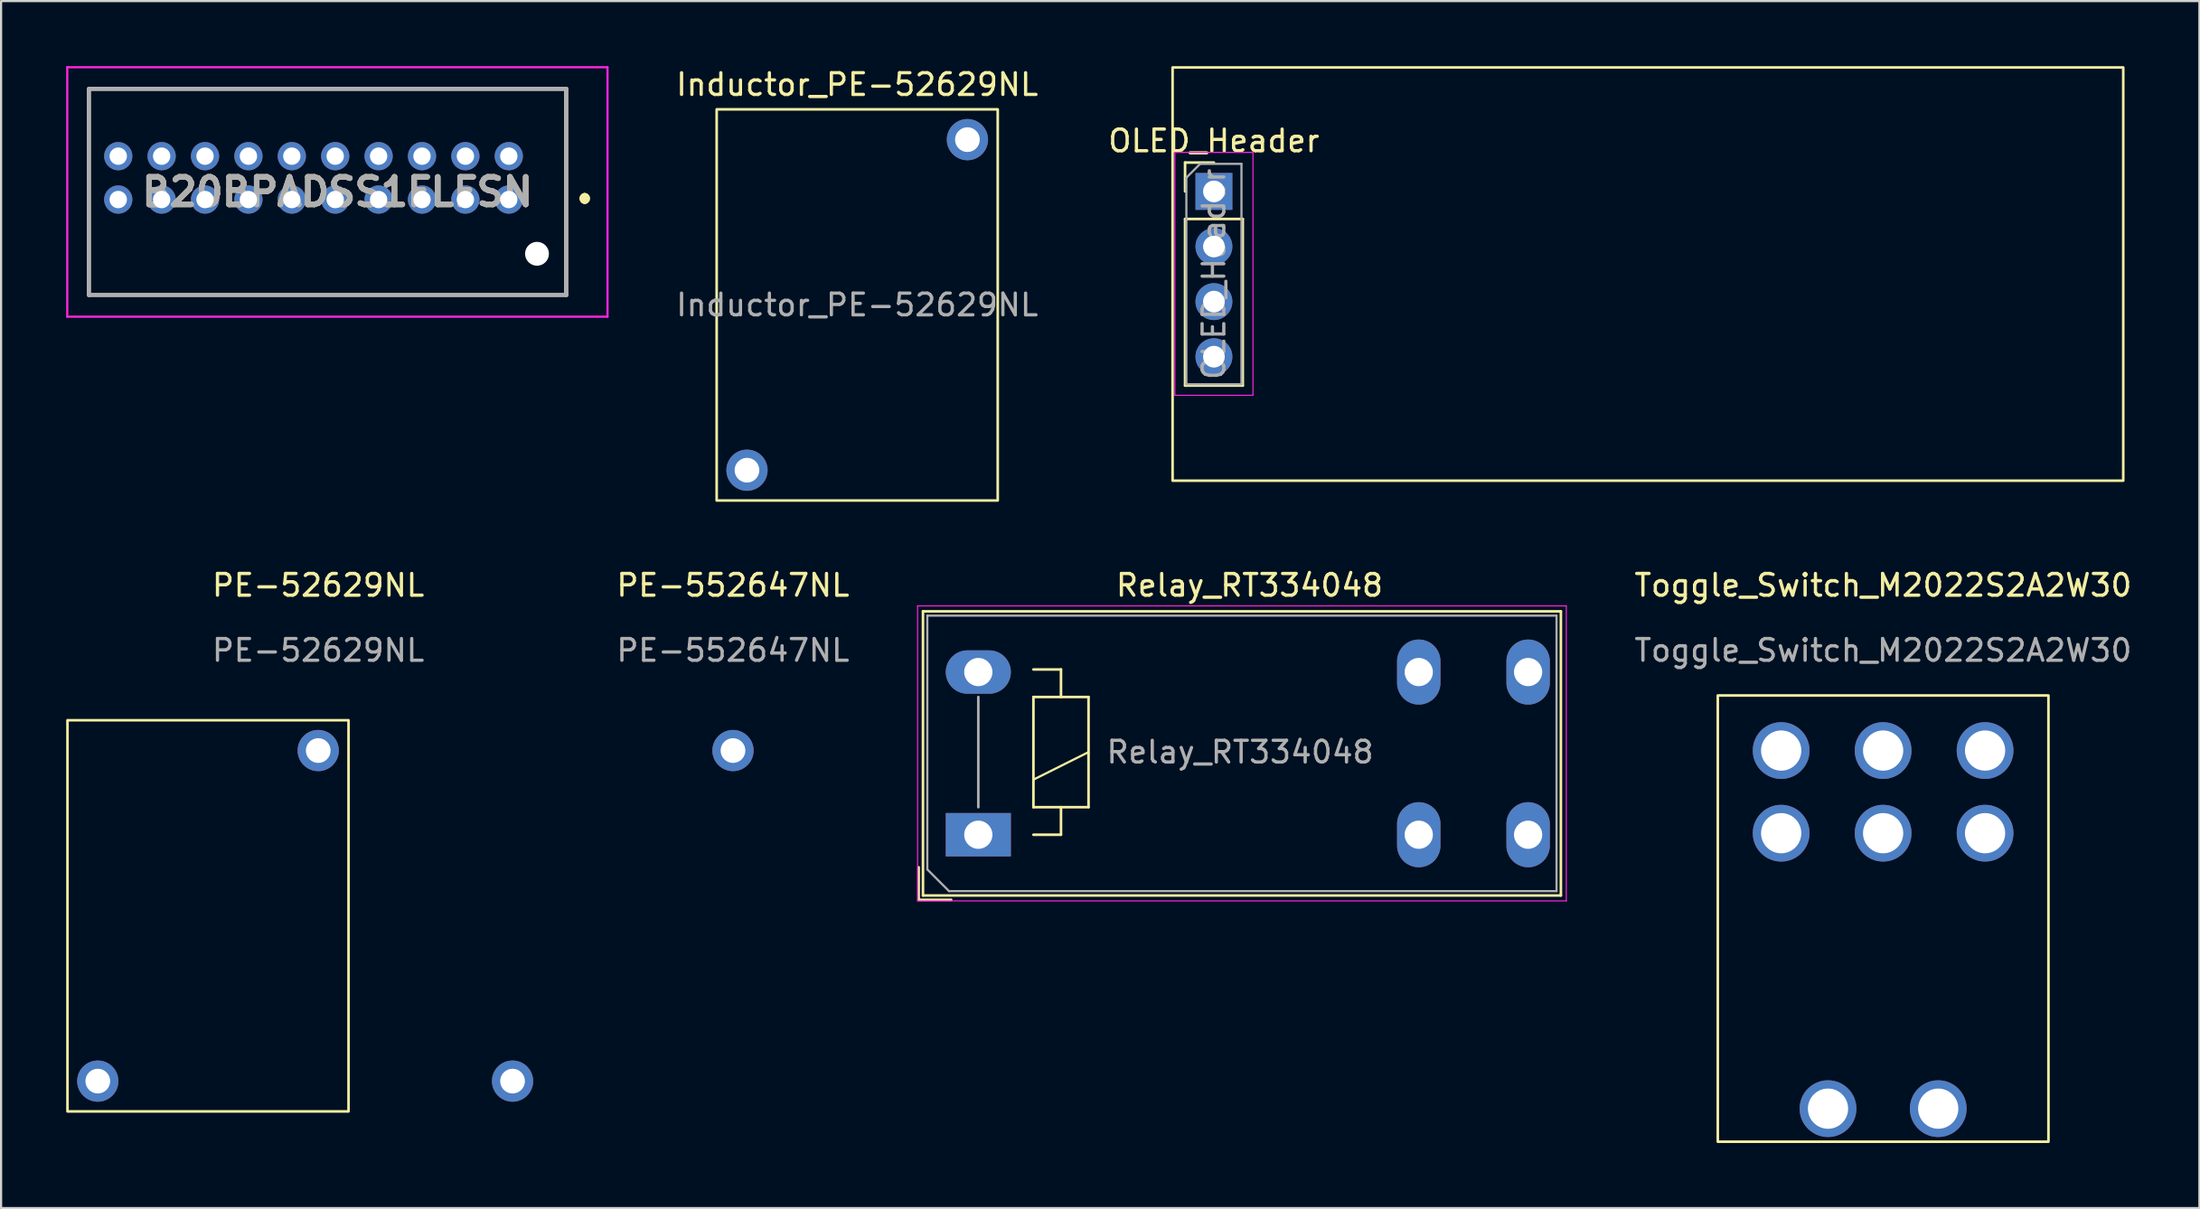
<source format=kicad_pcb>
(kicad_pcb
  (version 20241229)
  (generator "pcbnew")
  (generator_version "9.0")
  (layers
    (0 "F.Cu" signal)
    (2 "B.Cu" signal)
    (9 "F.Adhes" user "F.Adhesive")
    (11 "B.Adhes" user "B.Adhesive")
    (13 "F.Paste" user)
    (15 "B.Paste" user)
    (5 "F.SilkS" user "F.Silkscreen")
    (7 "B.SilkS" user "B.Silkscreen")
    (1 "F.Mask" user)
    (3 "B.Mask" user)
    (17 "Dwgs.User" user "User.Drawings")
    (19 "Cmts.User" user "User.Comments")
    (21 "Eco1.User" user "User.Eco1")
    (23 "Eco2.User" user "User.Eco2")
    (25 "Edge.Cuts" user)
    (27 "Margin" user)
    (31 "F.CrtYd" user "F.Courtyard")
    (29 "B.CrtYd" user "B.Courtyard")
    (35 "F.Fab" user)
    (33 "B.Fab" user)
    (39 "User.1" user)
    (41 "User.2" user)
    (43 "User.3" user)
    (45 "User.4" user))
  (footprint "PE-552647NL"
    (layer "F.Cu")
    (at 30.733 31.553)
    (property "Reference" "PE-552647NL" (at 0 -7.62 0) (unlocked yes) (layer "F.SilkS") (effects (font (size 1 1) (thickness 0.15))))
    (attr through_hole)
    (fp_text user "${REFERENCE}" (at 0 -4.62 0) (unlocked yes) (layer "F.Fab") (effects (font (size 1 1) (thickness 0.15))))
    (pad "1" thru_hole circle (at 0 0) (size 1.9 1.9) (drill 1.14) (layers "*.Cu" "*.Mask"))
    (pad "2" thru_hole circle (at -10.16 15.24) (size 1.9 1.9) (drill 1.14) (layers "*.Cu" "*.Mask")))
  (footprint "PE-52629NL"
    (layer "F.Cu")
    (at 11.617 31.553)
    (property "Reference" "PE-52629NL" (at 0 -7.62 0) (unlocked yes) (layer "F.SilkS") (effects (font (size 1 1) (thickness 0.15))))
    (attr through_hole)
    (fp_rect (start -11.557 -1.397) (end 1.397 16.637) (stroke (width 0.12) (type solid)) (fill no) (layer "F.SilkS"))
    (fp_text user "${REFERENCE}" (at 0 -4.62 0) (unlocked yes) (layer "F.Fab") (effects (font (size 1 1) (thickness 0.15))))
    (pad "1" thru_hole circle (at 0 0) (size 1.9 1.9) (drill 1.14) (layers "*.Cu" "*.Mask"))
    (pad "2" thru_hole circle (at -10.16 15.24) (size 1.9 1.9) (drill 1.14) (layers "*.Cu" "*.Mask")))
  (footprint "B20BPADSS1FLFSN"
    (layer "F.Cu")
    (at 20.4 6.15)
    (property "Reference" "B20BPADSS1FLFSN" (at -7.9 -0.35 0) (layer "F.SilkS") (effects (font (size 1.27 1.27) (thickness 0.254))))
    (attr through_hole)
    (fp_line (start -19.35 -5.1) (end 2.6 -5.1) (stroke (width 0.1) (type solid)) (layer "F.SilkS"))
    (fp_line (start -19.35 4.4) (end -19.35 -5.1) (stroke (width 0.1) (type solid)) (layer "F.SilkS"))
    (fp_line (start 2.6 -5.1) (end 2.6 4.4) (stroke (width 0.1) (type solid)) (layer "F.SilkS"))
    (fp_line (start 2.6 4.4) (end -19.35 4.4) (stroke (width 0.1) (type solid)) (layer "F.SilkS"))
    (fp_line (start 3.5 -0.1) (end 3.5 -0.1) (stroke (width 0.4) (type solid)) (layer "F.SilkS"))
    (fp_line (start 3.5 0) (end 3.5 0) (stroke (width 0.4) (type solid)) (layer "F.SilkS"))
    (fp_arc (start 3.5 -0.1) (mid 3.55 -0.05) (end 3.5 0) (stroke (width 0.4) (type solid)) (layer "F.SilkS"))
    (fp_arc (start 3.5 0) (mid 3.45 -0.05) (end 3.5 -0.1) (stroke (width 0.4) (type solid)) (layer "F.SilkS"))
    (fp_line (start -20.35 -6.1) (end 4.55 -6.1) (stroke (width 0.1) (type solid)) (layer "F.CrtYd"))
    (fp_line (start -20.35 5.4) (end -20.35 -6.1) (stroke (width 0.1) (type solid)) (layer "F.CrtYd"))
    (fp_line (start 4.55 -6.1) (end 4.55 5.4) (stroke (width 0.1) (type solid)) (layer "F.CrtYd"))
    (fp_line (start 4.55 5.4) (end -20.35 5.4) (stroke (width 0.1) (type solid)) (layer "F.CrtYd"))
    (fp_line (start -19.35 -5.1) (end 2.65 -5.1) (stroke (width 0.2) (type solid)) (layer "F.Fab"))
    (fp_line (start -19.35 4.4) (end -19.35 -5.1) (stroke (width 0.2) (type solid)) (layer "F.Fab"))
    (fp_line (start 2.65 -5.1) (end 2.65 4.4) (stroke (width 0.2) (type solid)) (layer "F.Fab"))
    (fp_line (start 2.65 4.4) (end -19.35 4.4) (stroke (width 0.2) (type solid)) (layer "F.Fab"))
    (fp_text user "${REFERENCE}" (at -7.9 -0.35 0) (layer "F.Fab") (effects (font (size 1.27 1.27) (thickness 0.254))))
    (pad "" np_thru_hole circle (at 1.3 2.5) (size 1.1 1.1) (drill 1.1) (layers "*.Cu" "*.Mask"))
    (pad "1" thru_hole circle (at 0 0) (size 1.3 1.3) (drill 0.8) (layers "*.Cu" "*.Mask"))
    (pad "2" thru_hole circle (at 0 -2) (size 1.3 1.3) (drill 0.8) (layers "*.Cu" "*.Mask"))
    (pad "3" thru_hole circle (at -2 0) (size 1.3 1.3) (drill 0.8) (layers "*.Cu" "*.Mask"))
    (pad "4" thru_hole circle (at -2 -2) (size 1.3 1.3) (drill 0.8) (layers "*.Cu" "*.Mask"))
    (pad "5" thru_hole circle (at -4 0) (size 1.3 1.3) (drill 0.8) (layers "*.Cu" "*.Mask"))
    (pad "6" thru_hole circle (at -4 -2) (size 1.3 1.3) (drill 0.8) (layers "*.Cu" "*.Mask"))
    (pad "7" thru_hole circle (at -6 0) (size 1.3 1.3) (drill 0.8) (layers "*.Cu" "*.Mask"))
    (pad "8" thru_hole circle (at -6 -2) (size 1.3 1.3) (drill 0.8) (layers "*.Cu" "*.Mask"))
    (pad "9" thru_hole circle (at -8 0) (size 1.3 1.3) (drill 0.8) (layers "*.Cu" "*.Mask"))
    (pad "10" thru_hole circle (at -8 -2) (size 1.3 1.3) (drill 0.8) (layers "*.Cu" "*.Mask"))
    (pad "11" thru_hole circle (at -10 0) (size 1.3 1.3) (drill 0.8) (layers "*.Cu" "*.Mask"))
    (pad "12" thru_hole circle (at -10 -2) (size 1.3 1.3) (drill 0.8) (layers "*.Cu" "*.Mask"))
    (pad "13" thru_hole circle (at -12 0) (size 1.3 1.3) (drill 0.8) (layers "*.Cu" "*.Mask"))
    (pad "14" thru_hole circle (at -12 -2) (size 1.3 1.3) (drill 0.8) (layers "*.Cu" "*.Mask"))
    (pad "15" thru_hole circle (at -14 0) (size 1.3 1.3) (drill 0.8) (layers "*.Cu" "*.Mask"))
    (pad "16" thru_hole circle (at -14 -2) (size 1.3 1.3) (drill 0.8) (layers "*.Cu" "*.Mask"))
    (pad "17" thru_hole circle (at -16 0) (size 1.3 1.3) (drill 0.8) (layers "*.Cu" "*.Mask"))
    (pad "18" thru_hole circle (at -16 -2) (size 1.3 1.3) (drill 0.8) (layers "*.Cu" "*.Mask"))
    (pad "19" thru_hole circle (at -18 0) (size 1.3 1.3) (drill 0.8) (layers "*.Cu" "*.Mask"))
    (pad "20" thru_hole circle (at -18 -2) (size 1.3 1.3) (drill 0.8) (layers "*.Cu" "*.Mask")))
  (footprint "OLED_Header"
    (layer "F.Cu")
    (at 52.899 5.775)
    (property "Reference" "OLED_Header" (at 0 -2.33 0) (layer "F.SilkS") (effects (font (size 1 1) (thickness 0.15))))
    (attr through_hole)
    (fp_line (start -1.33 -1.33) (end 0 -1.33) (stroke (width 0.12) (type solid)) (layer "F.SilkS"))
    (fp_line (start -1.33 0) (end -1.33 -1.33) (stroke (width 0.12) (type solid)) (layer "F.SilkS"))
    (fp_line (start -1.33 1.27) (end -1.33 8.95) (stroke (width 0.12) (type solid)) (layer "F.SilkS"))
    (fp_line (start -1.33 1.27) (end 1.33 1.27) (stroke (width 0.12) (type solid)) (layer "F.SilkS"))
    (fp_line (start -1.33 8.95) (end 1.33 8.95) (stroke (width 0.12) (type solid)) (layer "F.SilkS"))
    (fp_line (start 1.33 1.27) (end 1.33 8.95) (stroke (width 0.12) (type solid)) (layer "F.SilkS"))
    (fp_rect (start -1.905 -5.715) (end 41.91 13.335) (stroke (width 0.12) (type solid)) (fill no) (layer "F.SilkS"))
    (fp_line (start -1.8 -1.8) (end -1.8 9.4) (stroke (width 0.05) (type solid)) (layer "F.CrtYd"))
    (fp_line (start -1.8 9.4) (end 1.8 9.4) (stroke (width 0.05) (type solid)) (layer "F.CrtYd"))
    (fp_line (start 1.8 -1.8) (end -1.8 -1.8) (stroke (width 0.05) (type solid)) (layer "F.CrtYd"))
    (fp_line (start 1.8 9.4) (end 1.8 -1.8) (stroke (width 0.05) (type solid)) (layer "F.CrtYd"))
    (fp_line (start -1.27 -0.635) (end -0.635 -1.27) (stroke (width 0.1) (type solid)) (layer "F.Fab"))
    (fp_line (start -1.27 8.89) (end -1.27 -0.635) (stroke (width 0.1) (type solid)) (layer "F.Fab"))
    (fp_line (start -0.635 -1.27) (end 1.27 -1.27) (stroke (width 0.1) (type solid)) (layer "F.Fab"))
    (fp_line (start 1.27 -1.27) (end 1.27 8.89) (stroke (width 0.1) (type solid)) (layer "F.Fab"))
    (fp_line (start 1.27 8.89) (end -1.27 8.89) (stroke (width 0.1) (type solid)) (layer "F.Fab"))
    (fp_text user "${REFERENCE}" (at 0 3.81 90) (layer "F.Fab") (effects (font (size 1 1) (thickness 0.15))))
    (pad "1" thru_hole rect (at 0 0) (size 1.7 1.7) (drill 1) (layers "*.Cu" "*.Mask"))
    (pad "2" thru_hole oval (at 0 2.54) (size 1.7 1.7) (drill 1) (layers "*.Cu" "*.Mask"))
    (pad "3" thru_hole oval (at 0 5.08) (size 1.7 1.7) (drill 1) (layers "*.Cu" "*.Mask"))
    (pad "4" thru_hole oval (at 0 7.62) (size 1.7 1.7) (drill 1) (layers "*.Cu" "*.Mask")))
  (footprint "Toggle_Switch_M2022S2A2W30"
    (layer "F.Cu")
    (at 83.742 31.553)
    (property "Reference" "Toggle_Switch_M2022S2A2W30" (at 0 -7.62 0) (unlocked yes) (layer "F.SilkS") (effects (font (size 1 1) (thickness 0.15))))
    (attr through_hole)
    (fp_rect (start -7.62 -2.54) (end 7.62 18.034) (stroke (width 0.12) (type solid)) (fill no) (layer "F.SilkS"))
    (fp_text user "${REFERENCE}" (at 0 -4.62 0) (unlocked yes) (layer "F.Fab") (effects (font (size 1 1) (thickness 0.15))))
    (pad "" thru_hole circle (at -2.54 16.51) (size 2.616 2.616) (drill 1.854) (layers "*.Cu" "*.Mask"))
    (pad "" thru_hole circle (at 2.54 16.51) (size 2.616 2.616) (drill 1.854) (layers "*.Cu" "*.Mask"))
    (pad "1" thru_hole circle (at 4.699 3.81) (size 2.616 2.616) (drill 1.854) (layers "*.Cu" "*.Mask"))
    (pad "2" thru_hole circle (at 0 3.81) (size 2.616 2.616) (drill 1.854) (layers "*.Cu" "*.Mask"))
    (pad "3" thru_hole circle (at -4.699 3.81) (size 2.616 2.616) (drill 1.854) (layers "*.Cu" "*.Mask"))
    (pad "4" thru_hole circle (at 4.699 0) (size 2.616 2.616) (drill 1.854) (layers "*.Cu" "*.Mask"))
    (pad "5" thru_hole circle (at 0 0) (size 2.616 2.616) (drill 1.854) (layers "*.Cu" "*.Mask"))
    (pad "6" thru_hole circle (at -4.699 0) (size 2.616 2.616) (drill 1.854) (layers "*.Cu" "*.Mask")))
  (footprint "Relay_RT334048"
    (layer "F.Cu")
    (at 42.04 35.434)
    (property "Reference" "Relay_RT334048" (at 12.5 -11.5 0) (layer "F.SilkS") (effects (font (size 1 1) (thickness 0.15))))
    (attr through_hole)
    (fp_line (start -2.75 1.5) (end -2.75 3) (stroke (width 0.12) (type solid)) (layer "F.SilkS"))
    (fp_line (start -2.75 3) (end -1.25 3) (stroke (width 0.12) (type solid)) (layer "F.SilkS"))
    (fp_line (start -2.55 -10.3) (end -2.55 2.8) (stroke (width 0.12) (type solid)) (layer "F.SilkS"))
    (fp_line (start -2.55 2.8) (end 26.85 2.8) (stroke (width 0.12) (type solid)) (layer "F.SilkS"))
    (fp_line (start 2.54 -6.35) (end 2.54 -1.27) (stroke (width 0.12) (type solid)) (layer "F.SilkS"))
    (fp_line (start 2.54 -2.54) (end 5.08 -3.81) (stroke (width 0.1) (type solid)) (layer "F.SilkS"))
    (fp_line (start 2.54 -1.27) (end 3.81 -1.27) (stroke (width 0.12) (type solid)) (layer "F.SilkS"))
    (fp_line (start 2.54 0) (end 3.81 0) (stroke (width 0.12) (type solid)) (layer "F.SilkS"))
    (fp_line (start 3.81 -7.62) (end 2.54 -7.62) (stroke (width 0.12) (type solid)) (layer "F.SilkS"))
    (fp_line (start 3.81 -6.35) (end 3.81 -7.62) (stroke (width 0.12) (type solid)) (layer "F.SilkS"))
    (fp_line (start 3.81 -1.27) (end 5.08 -1.27) (stroke (width 0.12) (type solid)) (layer "F.SilkS"))
    (fp_line (start 3.81 0) (end 3.81 -1.27) (stroke (width 0.12) (type solid)) (layer "F.SilkS"))
    (fp_line (start 5.08 -6.35) (end 2.54 -6.35) (stroke (width 0.12) (type solid)) (layer "F.SilkS"))
    (fp_line (start 5.08 -1.27) (end 5.08 -6.35) (stroke (width 0.12) (type solid)) (layer "F.SilkS"))
    (fp_line (start 26.85 -10.3) (end -2.55 -10.3) (stroke (width 0.12) (type solid)) (layer "F.SilkS"))
    (fp_line (start 26.85 2.8) (end 26.85 -10.3) (stroke (width 0.12) (type solid)) (layer "F.SilkS"))
    (fp_line (start -2.8 -10.55) (end -2.8 3.05) (stroke (width 0.05) (type solid)) (layer "F.CrtYd"))
    (fp_line (start -2.8 3.05) (end 27.1 3.05) (stroke (width 0.05) (type solid)) (layer "F.CrtYd"))
    (fp_line (start 27.1 -10.55) (end -2.8 -10.55) (stroke (width 0.05) (type solid)) (layer "F.CrtYd"))
    (fp_line (start 27.1 3.05) (end 27.1 -10.55) (stroke (width 0.05) (type solid)) (layer "F.CrtYd"))
    (fp_line (start -2.35 -10.1) (end -2.35 1.6) (stroke (width 0.1) (type solid)) (layer "F.Fab"))
    (fp_line (start -2.35 1.6) (end -1.35 2.6) (stroke (width 0.1) (type solid)) (layer "F.Fab"))
    (fp_line (start -1.35 2.6) (end 26.65 2.6) (stroke (width 0.1) (type solid)) (layer "F.Fab"))
    (fp_line (start 0 -1.27) (end 0 -6.35) (stroke (width 0.12) (type solid)) (layer "F.Fab"))
    (fp_line (start 26.65 -10.1) (end -2.35 -10.1) (stroke (width 0.1) (type solid)) (layer "F.Fab"))
    (fp_line (start 26.65 2.6) (end 26.65 -10.1) (stroke (width 0.1) (type solid)) (layer "F.Fab"))
    (fp_text user "${REFERENCE}" (at 12.065 -3.81 180) (layer "F.Fab") (effects (font (size 1 1) (thickness 0.15))))
    (pad "1" thru_hole oval (at 20.3 -7.5 180) (size 2 3) (drill 1.3) (layers "*.Cu" "*.Mask"))
    (pad "1" thru_hole oval (at 20.3 0 180) (size 2 3) (drill 1.3) (layers "*.Cu" "*.Mask"))
    (pad "3" thru_hole rect (at 0 0 180) (size 3 2) (drill 1.3) (layers "*.Cu" "*.Mask"))
    (pad "5" thru_hole oval (at 0 -7.5 180) (size 3 2) (drill 1.3) (layers "*.Cu" "*.Mask"))
    (pad "7" thru_hole oval (at 25.34 -7.5 180) (size 2 3) (drill 1.3) (layers "*.Cu" "*.Mask"))
    (pad "7" thru_hole oval (at 25.34 0 180) (size 2 3) (drill 1.3) (layers "*.Cu" "*.Mask")))
  (footprint "Inductor_PE-52629NL"
    (layer "F.Cu")
    (at 41.538 3.388)
    (property "Reference" "Inductor_PE-52629NL" (at -5.08 -2.54 0) (unlocked yes) (layer "F.SilkS") (effects (font (size 1 1) (thickness 0.15))))
    (attr through_hole)
    (fp_rect (start -11.557 -1.397) (end 1.397 16.637) (stroke (width 0.12) (type solid)) (fill no) (layer "F.SilkS"))
    (fp_text user "${REFERENCE}" (at -5.08 7.62 0) (unlocked yes) (layer "F.Fab") (effects (font (size 1 1) (thickness 0.15))))
    (pad "1" thru_hole circle (at 0 0) (size 1.9 1.9) (drill 1.14) (layers "*.Cu" "*.Mask"))
    (pad "2" thru_hole circle (at -10.16 15.24) (size 1.9 1.9) (drill 1.14) (layers "*.Cu" "*.Mask")))
  (gr_rect
    (start -3 -3)
    (end 98.32 52.648)
    (stroke (width 0.1) (type default))
    (fill no)
    (layer "Edge.Cuts")))
</source>
